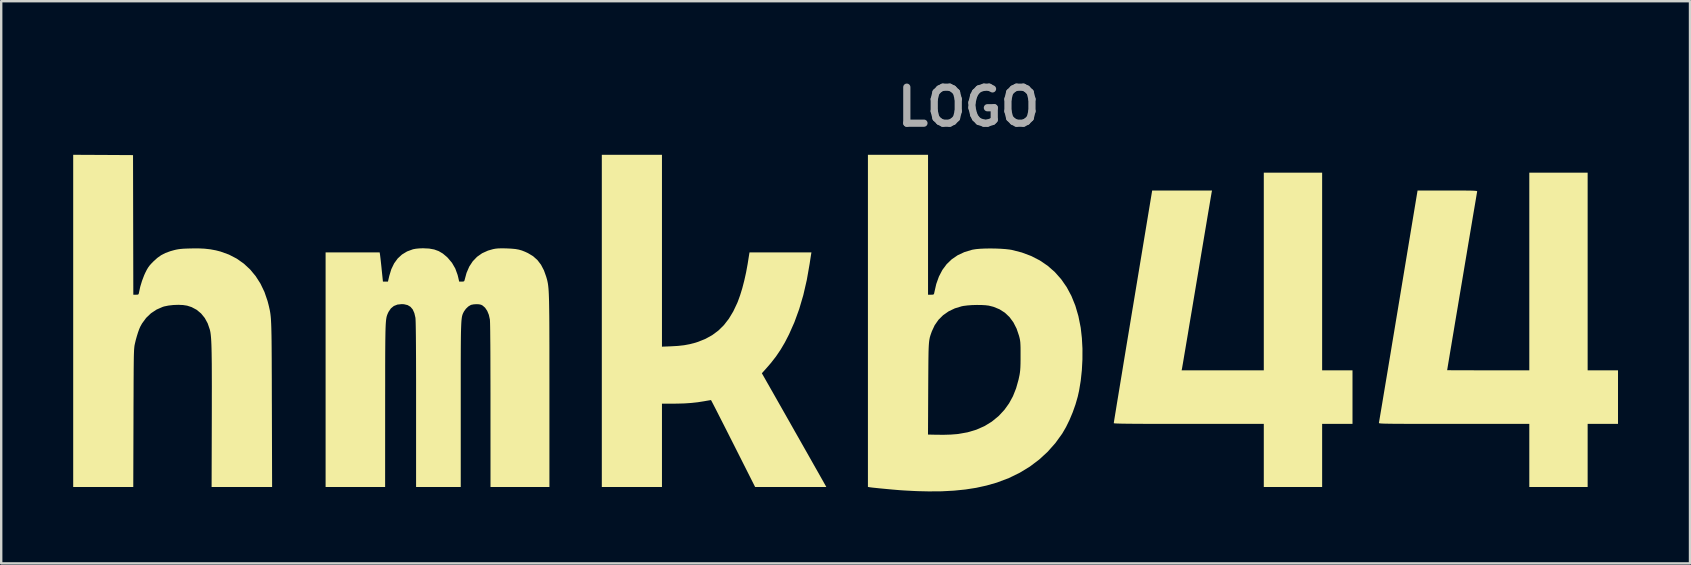
<source format=kicad_pcb>
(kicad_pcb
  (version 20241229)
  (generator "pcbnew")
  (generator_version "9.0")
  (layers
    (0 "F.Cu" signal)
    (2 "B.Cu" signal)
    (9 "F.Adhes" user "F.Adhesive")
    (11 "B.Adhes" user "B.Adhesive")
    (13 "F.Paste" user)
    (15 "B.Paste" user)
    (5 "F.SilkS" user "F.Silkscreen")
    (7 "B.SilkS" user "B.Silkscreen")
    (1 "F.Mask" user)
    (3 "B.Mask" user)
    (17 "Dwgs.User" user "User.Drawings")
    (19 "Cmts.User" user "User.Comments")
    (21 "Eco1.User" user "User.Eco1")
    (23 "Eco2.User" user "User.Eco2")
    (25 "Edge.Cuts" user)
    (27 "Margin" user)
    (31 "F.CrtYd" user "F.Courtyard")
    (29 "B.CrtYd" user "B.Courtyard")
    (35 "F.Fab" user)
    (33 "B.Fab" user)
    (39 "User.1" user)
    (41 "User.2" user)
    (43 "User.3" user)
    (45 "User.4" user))
  (footprint "LOGO"
    (layer "F.Cu")
    (at 37.306 13.31)
    (property "Reference" "LOGO" (at 0 -11.906 0) (layer "F.Fab") (effects (font (size 1.5 1.5) (thickness 0.3))))
    (attr board_only exclude_from_pos_files exclude_from_bom)
    (fp_poly (pts (xy 14.734 -5.048) (xy 14.734 -0.93) (xy 15.367 -0.93) (xy 15.999 -0.93) (xy 15.999 0.186) (xy 15.999 1.302) (xy 15.367 1.302) (xy 14.734 1.302) (xy 14.734 2.617) (xy 14.734 3.932) (xy 13.519 3.932) (xy 12.303 3.932) (xy 12.303 2.617) (xy 12.303 1.302) (xy 9.178 1.302) (xy 8.703 1.302) (xy 8.276 1.302) (xy 7.893 1.301) (xy 7.555 1.301) (xy 7.256 1.3) (xy 6.997 1.298) (xy 6.775 1.297) (xy 6.586 1.295) (xy 6.43 1.293) (xy 6.305 1.29) (xy 6.207 1.287) (xy 6.135 1.284) (xy 6.086 1.28) (xy 6.059 1.276) (xy 6.052 1.271) (xy 6.056 1.244) (xy 6.067 1.17) (xy 6.086 1.052) (xy 6.112 0.892) (xy 6.145 0.693) (xy 6.183 0.456) (xy 6.228 0.185) (xy 6.278 -0.119) (xy 6.333 -0.453) (xy 6.393 -0.815) (xy 6.456 -1.202) (xy 6.524 -1.613) (xy 6.595 -2.044) (xy 6.67 -2.493) (xy 6.747 -2.959) (xy 6.826 -3.438) (xy 6.852 -3.59) (xy 7.652 -8.421) (xy 8.899 -8.421) (xy 10.146 -8.421) (xy 10.134 -8.365) (xy 10.128 -8.335) (xy 10.115 -8.258) (xy 10.094 -8.138) (xy 10.067 -7.977) (xy 10.034 -7.778) (xy 9.994 -7.544) (xy 9.949 -7.278) (xy 9.9 -6.982) (xy 9.845 -6.658) (xy 9.787 -6.311) (xy 9.725 -5.942) (xy 9.66 -5.554) (xy 9.593 -5.15) (xy 9.523 -4.733) (xy 9.513 -4.676) (xy 9.443 -4.257) (xy 9.375 -3.851) (xy 9.31 -3.461) (xy 9.247 -3.09) (xy 9.188 -2.739) (xy 9.134 -2.412) (xy 9.083 -2.112) (xy 9.038 -1.842) (xy 8.997 -1.603) (xy 8.963 -1.399) (xy 8.935 -1.233) (xy 8.913 -1.107) (xy 8.899 -1.024) (xy 8.892 -0.987) (xy 8.892 -0.986) (xy 8.879 -0.93) (xy 10.591 -0.93) (xy 12.303 -0.93) (xy 12.303 -5.048) (xy 12.303 -9.165) (xy 13.519 -9.165) (xy 14.734 -9.165)) (stroke (width 0) (type solid)) (fill yes) (layer "F.SilkS"))
    (fp_poly (pts (xy -12.774 -5.912) (xy -12.774 -1.915) (xy -12.396 -1.93) (xy -12.104 -1.947) (xy -11.847 -1.976) (xy -11.612 -2.02) (xy -11.385 -2.079) (xy -11.286 -2.111) (xy -10.968 -2.237) (xy -10.681 -2.395) (xy -10.424 -2.586) (xy -10.193 -2.813) (xy -9.987 -3.079) (xy -9.802 -3.386) (xy -9.636 -3.737) (xy -9.609 -3.803) (xy -9.517 -4.057) (xy -9.427 -4.349) (xy -9.344 -4.669) (xy -9.269 -5.005) (xy -9.206 -5.346) (xy -9.192 -5.432) (xy -9.174 -5.547) (xy -9.157 -5.653) (xy -9.144 -5.733) (xy -9.14 -5.761) (xy -9.126 -5.842) (xy -7.836 -5.842) (xy -6.546 -5.842) (xy -6.56 -5.761) (xy -6.569 -5.706) (xy -6.583 -5.614) (xy -6.601 -5.498) (xy -6.62 -5.37) (xy -6.622 -5.358) (xy -6.739 -4.693) (xy -6.883 -4.068) (xy -7.055 -3.483) (xy -7.255 -2.934) (xy -7.478 -2.431) (xy -7.653 -2.091) (xy -7.832 -1.788) (xy -8.022 -1.507) (xy -8.234 -1.235) (xy -8.412 -1.029) (xy -8.611 -0.807) (xy -8.233 -0.143) (xy -8.115 0.064) (xy -7.986 0.292) (xy -7.847 0.537) (xy -7.701 0.794) (xy -7.549 1.062) (xy -7.394 1.335) (xy -7.238 1.612) (xy -7.081 1.887) (xy -6.928 2.158) (xy -6.778 2.422) (xy -6.635 2.674) (xy -6.501 2.912) (xy -6.377 3.131) (xy -6.264 3.329) (xy -6.167 3.502) (xy -6.085 3.646) (xy -6.022 3.759) (xy -5.979 3.835) (xy -5.957 3.873) (xy -5.956 3.876) (xy -5.927 3.932) (xy -7.41 3.931) (xy -8.892 3.931) (xy -9.806 2.12) (xy -9.947 1.842) (xy -10.081 1.576) (xy -10.208 1.326) (xy -10.325 1.097) (xy -10.43 0.89) (xy -10.522 0.709) (xy -10.6 0.558) (xy -10.661 0.44) (xy -10.704 0.358) (xy -10.727 0.316) (xy -10.731 0.31) (xy -10.759 0.314) (xy -10.825 0.325) (xy -10.92 0.341) (xy -11.021 0.359) (xy -11.287 0.401) (xy -11.553 0.43) (xy -11.832 0.449) (xy -12.139 0.458) (xy -12.309 0.459) (xy -12.774 0.459) (xy -12.774 2.195) (xy -12.774 3.932) (xy -14.027 3.932) (xy -15.28 3.932) (xy -15.28 -2.989) (xy -15.28 -9.909) (xy -14.027 -9.909) (xy -12.774 -9.909)) (stroke (width 0) (type solid)) (fill yes) (layer "F.SilkS"))
    (fp_poly (pts (xy 25.797 -5.048) (xy 25.797 -0.93) (xy 26.429 -0.93) (xy 27.062 -0.93) (xy 27.062 0.186) (xy 27.062 1.302) (xy 26.429 1.302) (xy 25.797 1.302) (xy 25.797 2.617) (xy 25.797 3.932) (xy 24.581 3.932) (xy 23.366 3.932) (xy 23.366 2.617) (xy 23.366 1.302) (xy 20.227 1.302) (xy 19.767 1.302) (xy 19.354 1.302) (xy 18.986 1.302) (xy 18.661 1.302) (xy 18.374 1.301) (xy 18.125 1.3) (xy 17.91 1.299) (xy 17.727 1.298) (xy 17.573 1.296) (xy 17.447 1.294) (xy 17.344 1.292) (xy 17.264 1.289) (xy 17.203 1.286) (xy 17.158 1.282) (xy 17.128 1.278) (xy 17.11 1.273) (xy 17.101 1.268) (xy 17.099 1.262) (xy 17.1 1.259) (xy 17.105 1.23) (xy 17.118 1.155) (xy 17.138 1.036) (xy 17.165 0.875) (xy 17.199 0.674) (xy 17.239 0.437) (xy 17.284 0.164) (xy 17.335 -0.141) (xy 17.391 -0.476) (xy 17.452 -0.838) (xy 17.516 -1.226) (xy 17.585 -1.637) (xy 17.656 -2.069) (xy 17.731 -2.518) (xy 17.808 -2.984) (xy 17.888 -3.463) (xy 17.911 -3.603) (xy 18.71 -8.421) (xy 19.957 -8.421) (xy 20.237 -8.421) (xy 20.473 -8.421) (xy 20.666 -8.42) (xy 20.822 -8.419) (xy 20.945 -8.417) (xy 21.037 -8.414) (xy 21.104 -8.41) (xy 21.149 -8.406) (xy 21.177 -8.4) (xy 21.19 -8.392) (xy 21.194 -8.383) (xy 21.193 -8.378) (xy 21.188 -8.35) (xy 21.175 -8.277) (xy 21.156 -8.162) (xy 21.13 -8.007) (xy 21.098 -7.817) (xy 21.06 -7.594) (xy 21.017 -7.342) (xy 20.971 -7.064) (xy 20.92 -6.763) (xy 20.866 -6.443) (xy 20.809 -6.106) (xy 20.751 -5.756) (xy 20.69 -5.397) (xy 20.629 -5.031) (xy 20.567 -4.661) (xy 20.505 -4.292) (xy 20.443 -3.926) (xy 20.383 -3.566) (xy 20.324 -3.216) (xy 20.267 -2.879) (xy 20.214 -2.558) (xy 20.163 -2.257) (xy 20.117 -1.978) (xy 20.074 -1.726) (xy 20.037 -1.502) (xy 20.005 -1.311) (xy 19.979 -1.156) (xy 19.96 -1.039) (xy 19.948 -0.965) (xy 19.943 -0.937) (xy 19.943 -0.936) (xy 19.967 -0.935) (xy 20.037 -0.934) (xy 20.148 -0.933) (xy 20.297 -0.933) (xy 20.48 -0.932) (xy 20.692 -0.931) (xy 20.93 -0.931) (xy 21.189 -0.93) (xy 21.466 -0.93) (xy 21.654 -0.93) (xy 23.366 -0.93) (xy 23.366 -5.048) (xy 23.366 -9.165) (xy 24.581 -9.165) (xy 25.797 -9.165)) (stroke (width 0) (type solid)) (fill yes) (layer "F.SilkS"))
    (fp_poly (pts (xy -36.06 -9.904) (xy -34.813 -9.897) (xy -34.807 -6.989) (xy -34.801 -4.08) (xy -34.69 -4.08) (xy -34.622 -4.083) (xy -34.587 -4.097) (xy -34.571 -4.136) (xy -34.564 -4.173) (xy -34.513 -4.41) (xy -34.438 -4.658) (xy -34.348 -4.894) (xy -34.301 -4.997) (xy -34.239 -5.12) (xy -34.181 -5.217) (xy -34.118 -5.302) (xy -34.036 -5.393) (xy -33.961 -5.469) (xy -33.802 -5.613) (xy -33.641 -5.727) (xy -33.464 -5.818) (xy -33.26 -5.893) (xy -33.118 -5.933) (xy -33.021 -5.957) (xy -32.929 -5.974) (xy -32.83 -5.987) (xy -32.713 -5.997) (xy -32.568 -6.003) (xy -32.407 -6.008) (xy -32.105 -6.011) (xy -31.838 -5.999) (xy -31.595 -5.972) (xy -31.364 -5.929) (xy -31.163 -5.877) (xy -30.815 -5.751) (xy -30.493 -5.584) (xy -30.2 -5.378) (xy -29.936 -5.134) (xy -29.703 -4.854) (xy -29.503 -4.541) (xy -29.337 -4.195) (xy -29.208 -3.819) (xy -29.167 -3.662) (xy -29.149 -3.588) (xy -29.134 -3.52) (xy -29.119 -3.455) (xy -29.106 -3.389) (xy -29.095 -3.321) (xy -29.085 -3.247) (xy -29.076 -3.165) (xy -29.068 -3.072) (xy -29.062 -2.966) (xy -29.056 -2.843) (xy -29.051 -2.702) (xy -29.047 -2.538) (xy -29.043 -2.351) (xy -29.04 -2.136) (xy -29.038 -1.891) (xy -29.036 -1.613) (xy -29.034 -1.301) (xy -29.033 -0.95) (xy -29.031 -0.559) (xy -29.03 -0.124) (xy -29.029 0.357) (xy -29.028 0.502) (xy -29.018 3.932) (xy -30.279 3.932) (xy -31.539 3.932) (xy -31.531 1.063) (xy -31.53 0.578) (xy -31.53 0.14) (xy -31.529 -0.254) (xy -31.53 -0.606) (xy -31.531 -0.919) (xy -31.532 -1.196) (xy -31.535 -1.44) (xy -31.538 -1.653) (xy -31.542 -1.837) (xy -31.547 -1.996) (xy -31.553 -2.133) (xy -31.56 -2.249) (xy -31.568 -2.348) (xy -31.577 -2.432) (xy -31.587 -2.504) (xy -31.599 -2.567) (xy -31.612 -2.623) (xy -31.614 -2.629) (xy -31.702 -2.886) (xy -31.824 -3.11) (xy -31.978 -3.299) (xy -32.161 -3.451) (xy -32.371 -3.563) (xy -32.559 -3.624) (xy -32.728 -3.65) (xy -32.926 -3.659) (xy -33.135 -3.651) (xy -33.338 -3.628) (xy -33.518 -3.591) (xy -33.573 -3.574) (xy -33.834 -3.46) (xy -34.066 -3.306) (xy -34.267 -3.114) (xy -34.436 -2.884) (xy -34.509 -2.753) (xy -34.553 -2.653) (xy -34.602 -2.518) (xy -34.651 -2.362) (xy -34.697 -2.199) (xy -34.733 -2.048) (xy -34.741 -2.011) (xy -34.749 -1.974) (xy -34.755 -1.934) (xy -34.76 -1.888) (xy -34.765 -1.834) (xy -34.77 -1.768) (xy -34.773 -1.688) (xy -34.777 -1.591) (xy -34.78 -1.473) (xy -34.782 -1.333) (xy -34.784 -1.166) (xy -34.786 -0.971) (xy -34.787 -0.744) (xy -34.789 -0.482) (xy -34.79 -0.183) (xy -34.791 0.156) (xy -34.793 0.538) (xy -34.794 0.967) (xy -34.794 1.06) (xy -34.803 3.932) (xy -36.054 3.932) (xy -37.306 3.932) (xy -37.306 -2.989) (xy -37.306 -9.91)) (stroke (width 0) (type solid)) (fill yes) (layer "F.SilkS"))
    (fp_poly (pts (xy -1.687 -6.995) (xy -1.687 -4.08) (xy -1.564 -4.08) (xy -1.491 -4.082) (xy -1.452 -4.094) (xy -1.435 -4.125) (xy -1.425 -4.173) (xy -1.345 -4.525) (xy -1.233 -4.838) (xy -1.088 -5.115) (xy -0.91 -5.354) (xy -0.698 -5.557) (xy -0.454 -5.724) (xy -0.176 -5.854) (xy 0.137 -5.949) (xy 0.181 -5.959) (xy 0.316 -5.98) (xy 0.489 -5.995) (xy 0.689 -6.004) (xy 0.905 -6.007) (xy 1.127 -6.004) (xy 1.343 -5.995) (xy 1.542 -5.981) (xy 1.714 -5.961) (xy 1.8 -5.947) (xy 2.221 -5.839) (xy 2.611 -5.693) (xy 2.971 -5.508) (xy 3.299 -5.285) (xy 3.595 -5.025) (xy 3.859 -4.728) (xy 4.09 -4.396) (xy 4.287 -4.028) (xy 4.45 -3.625) (xy 4.578 -3.188) (xy 4.672 -2.718) (xy 4.676 -2.691) (xy 4.723 -2.275) (xy 4.747 -1.836) (xy 4.746 -1.384) (xy 4.722 -0.933) (xy 4.675 -0.494) (xy 4.606 -0.08) (xy 4.551 0.166) (xy 4.457 0.492) (xy 4.341 0.82) (xy 4.207 1.139) (xy 4.062 1.435) (xy 3.911 1.695) (xy 3.907 1.703) (xy 3.623 2.096) (xy 3.303 2.458) (xy 2.947 2.786) (xy 2.558 3.08) (xy 2.136 3.337) (xy 1.684 3.558) (xy 1.203 3.74) (xy 1.158 3.755) (xy 0.747 3.872) (xy 0.319 3.966) (xy -0.131 4.036) (xy -0.608 4.084) (xy -1.116 4.111) (xy -1.66 4.115) (xy -2.108 4.105) (xy -2.291 4.097) (xy -2.484 4.087) (xy -2.671 4.077) (xy -2.837 4.066) (xy -2.952 4.057) (xy -3.15 4.04) (xy -3.348 4.022) (xy -3.539 4.004) (xy -3.715 3.987) (xy -3.869 3.971) (xy -3.993 3.958) (xy -4.08 3.947) (xy -4.111 3.943) (xy -4.192 3.929) (xy -4.192 1.747) (xy -1.689 1.747) (xy -1.384 1.754) (xy -1.04 1.757) (xy -0.737 1.748) (xy -0.471 1.727) (xy -0.427 1.722) (xy -0.039 1.653) (xy 0.324 1.545) (xy 0.66 1.397) (xy 0.967 1.21) (xy 1.242 0.986) (xy 1.269 0.961) (xy 1.498 0.713) (xy 1.691 0.444) (xy 1.852 0.148) (xy 1.982 -0.179) (xy 2.084 -0.542) (xy 2.126 -0.738) (xy 2.141 -0.833) (xy 2.153 -0.937) (xy 2.161 -1.059) (xy 2.166 -1.207) (xy 2.168 -1.39) (xy 2.168 -1.55) (xy 2.168 -1.738) (xy 2.167 -1.885) (xy 2.163 -2) (xy 2.158 -2.091) (xy 2.149 -2.167) (xy 2.137 -2.236) (xy 2.12 -2.307) (xy 2.103 -2.372) (xy 2.002 -2.669) (xy 1.869 -2.929) (xy 1.706 -3.15) (xy 1.512 -3.332) (xy 1.289 -3.474) (xy 1.036 -3.577) (xy 0.843 -3.625) (xy 0.706 -3.642) (xy 0.534 -3.652) (xy 0.343 -3.653) (xy 0.147 -3.648) (xy -0.039 -3.634) (xy -0.201 -3.614) (xy -0.277 -3.6) (xy -0.569 -3.512) (xy -0.83 -3.387) (xy -1.059 -3.227) (xy -1.253 -3.034) (xy -1.41 -2.809) (xy -1.529 -2.553) (xy -1.53 -2.55) (xy -1.555 -2.48) (xy -1.577 -2.418) (xy -1.596 -2.359) (xy -1.613 -2.299) (xy -1.626 -2.234) (xy -1.638 -2.162) (xy -1.647 -2.078) (xy -1.655 -1.977) (xy -1.661 -1.858) (xy -1.666 -1.715) (xy -1.669 -1.546) (xy -1.672 -1.345) (xy -1.674 -1.11) (xy -1.676 -0.837) (xy -1.678 -0.522) (xy -1.68 -0.161) (xy -1.68 -0.156) (xy -1.689 1.747) (xy -4.192 1.747) (xy -4.192 -2.99) (xy -4.192 -9.909) (xy -2.939 -9.909) (xy -1.687 -9.909)) (stroke (width 0) (type solid)) (fill yes) (layer "F.SilkS"))
    (fp_poly (pts (xy -22.475 -6.003) (xy -22.264 -5.965) (xy -22.077 -5.897) (xy -21.904 -5.795) (xy -21.737 -5.655) (xy -21.701 -5.62) (xy -21.523 -5.409) (xy -21.386 -5.172) (xy -21.289 -4.905) (xy -21.267 -4.818) (xy -21.223 -4.626) (xy -21.117 -4.626) (xy -21.049 -4.629) (xy -21.015 -4.646) (xy -20.999 -4.683) (xy -20.997 -4.694) (xy -20.916 -4.991) (xy -20.803 -5.252) (xy -20.657 -5.474) (xy -20.478 -5.66) (xy -20.267 -5.808) (xy -20.024 -5.918) (xy -19.811 -5.979) (xy -19.715 -5.997) (xy -19.616 -6.008) (xy -19.502 -6.012) (xy -19.36 -6.012) (xy -19.24 -6.009) (xy -19.042 -5.999) (xy -18.88 -5.984) (xy -18.741 -5.959) (xy -18.613 -5.923) (xy -18.482 -5.871) (xy -18.358 -5.814) (xy -18.145 -5.686) (xy -17.964 -5.525) (xy -17.814 -5.329) (xy -17.691 -5.094) (xy -17.599 -4.836) (xy -17.582 -4.778) (xy -17.566 -4.723) (xy -17.552 -4.668) (xy -17.54 -4.612) (xy -17.528 -4.551) (xy -17.518 -4.483) (xy -17.509 -4.406) (xy -17.501 -4.318) (xy -17.494 -4.216) (xy -17.488 -4.097) (xy -17.483 -3.959) (xy -17.478 -3.801) (xy -17.475 -3.619) (xy -17.472 -3.411) (xy -17.469 -3.174) (xy -17.467 -2.907) (xy -17.466 -2.607) (xy -17.465 -2.271) (xy -17.464 -1.897) (xy -17.464 -1.483) (xy -17.464 -1.026) (xy -17.463 -0.523) (xy -17.463 -0.056) (xy -17.463 3.932) (xy -18.69 3.932) (xy -19.918 3.932) (xy -19.919 0.527) (xy -19.919 0.017) (xy -19.92 -0.459) (xy -19.921 -0.9) (xy -19.922 -1.304) (xy -19.923 -1.67) (xy -19.925 -1.996) (xy -19.928 -2.281) (xy -19.93 -2.524) (xy -19.933 -2.723) (xy -19.936 -2.877) (xy -19.94 -2.984) (xy -19.943 -3.044) (xy -19.944 -3.049) (xy -19.987 -3.242) (xy -20.055 -3.407) (xy -20.144 -3.539) (xy -20.25 -3.631) (xy -20.314 -3.663) (xy -20.398 -3.681) (xy -20.509 -3.686) (xy -20.623 -3.678) (xy -20.72 -3.659) (xy -20.741 -3.651) (xy -20.844 -3.589) (xy -20.943 -3.494) (xy -21.022 -3.384) (xy -21.033 -3.363) (xy -21.05 -3.33) (xy -21.066 -3.297) (xy -21.08 -3.263) (xy -21.092 -3.226) (xy -21.103 -3.182) (xy -21.113 -3.129) (xy -21.121 -3.065) (xy -21.129 -2.987) (xy -21.135 -2.893) (xy -21.14 -2.779) (xy -21.145 -2.644) (xy -21.149 -2.485) (xy -21.152 -2.3) (xy -21.154 -2.085) (xy -21.156 -1.839) (xy -21.157 -1.559) (xy -21.158 -1.242) (xy -21.158 -0.886) (xy -21.158 -0.488) (xy -21.158 -0.047) (xy -21.158 0.442) (xy -21.158 0.52) (xy -21.158 3.932) (xy -22.089 3.932) (xy -23.019 3.932) (xy -23.019 0.495) (xy -23.019 -0.053) (xy -23.019 -0.552) (xy -23.02 -1.004) (xy -23.021 -1.409) (xy -23.023 -1.769) (xy -23.025 -2.084) (xy -23.027 -2.356) (xy -23.03 -2.585) (xy -23.033 -2.773) (xy -23.036 -2.92) (xy -23.04 -3.028) (xy -23.044 -3.098) (xy -23.046 -3.121) (xy -23.091 -3.314) (xy -23.158 -3.465) (xy -23.251 -3.575) (xy -23.371 -3.647) (xy -23.522 -3.683) (xy -23.617 -3.688) (xy -23.796 -3.669) (xy -23.946 -3.61) (xy -24.068 -3.51) (xy -24.165 -3.368) (xy -24.191 -3.314) (xy -24.207 -3.278) (xy -24.221 -3.243) (xy -24.234 -3.205) (xy -24.246 -3.164) (xy -24.256 -3.115) (xy -24.265 -3.057) (xy -24.273 -2.987) (xy -24.28 -2.902) (xy -24.286 -2.801) (xy -24.291 -2.679) (xy -24.295 -2.536) (xy -24.298 -2.368) (xy -24.301 -2.172) (xy -24.303 -1.946) (xy -24.305 -1.689) (xy -24.306 -1.396) (xy -24.307 -1.065) (xy -24.307 -0.695) (xy -24.307 -0.282) (xy -24.308 0.176) (xy -24.308 0.552) (xy -24.309 3.932) (xy -25.549 3.932) (xy -26.789 3.932) (xy -26.789 -0.955) (xy -26.789 -5.842) (xy -25.663 -5.842) (xy -24.537 -5.842) (xy -24.523 -5.761) (xy -24.517 -5.712) (xy -24.506 -5.623) (xy -24.492 -5.502) (xy -24.476 -5.358) (xy -24.459 -5.199) (xy -24.455 -5.153) (xy -24.4 -4.626) (xy -24.295 -4.626) (xy -24.191 -4.626) (xy -24.136 -4.863) (xy -24.051 -5.143) (xy -23.934 -5.385) (xy -23.786 -5.589) (xy -23.606 -5.755) (xy -23.395 -5.883) (xy -23.152 -5.972) (xy -23.131 -5.977) (xy -23.028 -5.996) (xy -22.894 -6.009) (xy -22.748 -6.015) (xy -22.721 -6.015)) (stroke (width 0) (type solid)) (fill yes) (layer "F.SilkS")))
  (gr_rect
    (start -3 -3)
    (end 67.368 20.426)
    (stroke (width 0.1) (type default))
    (fill no)
    (layer "Edge.Cuts")))
</source>
